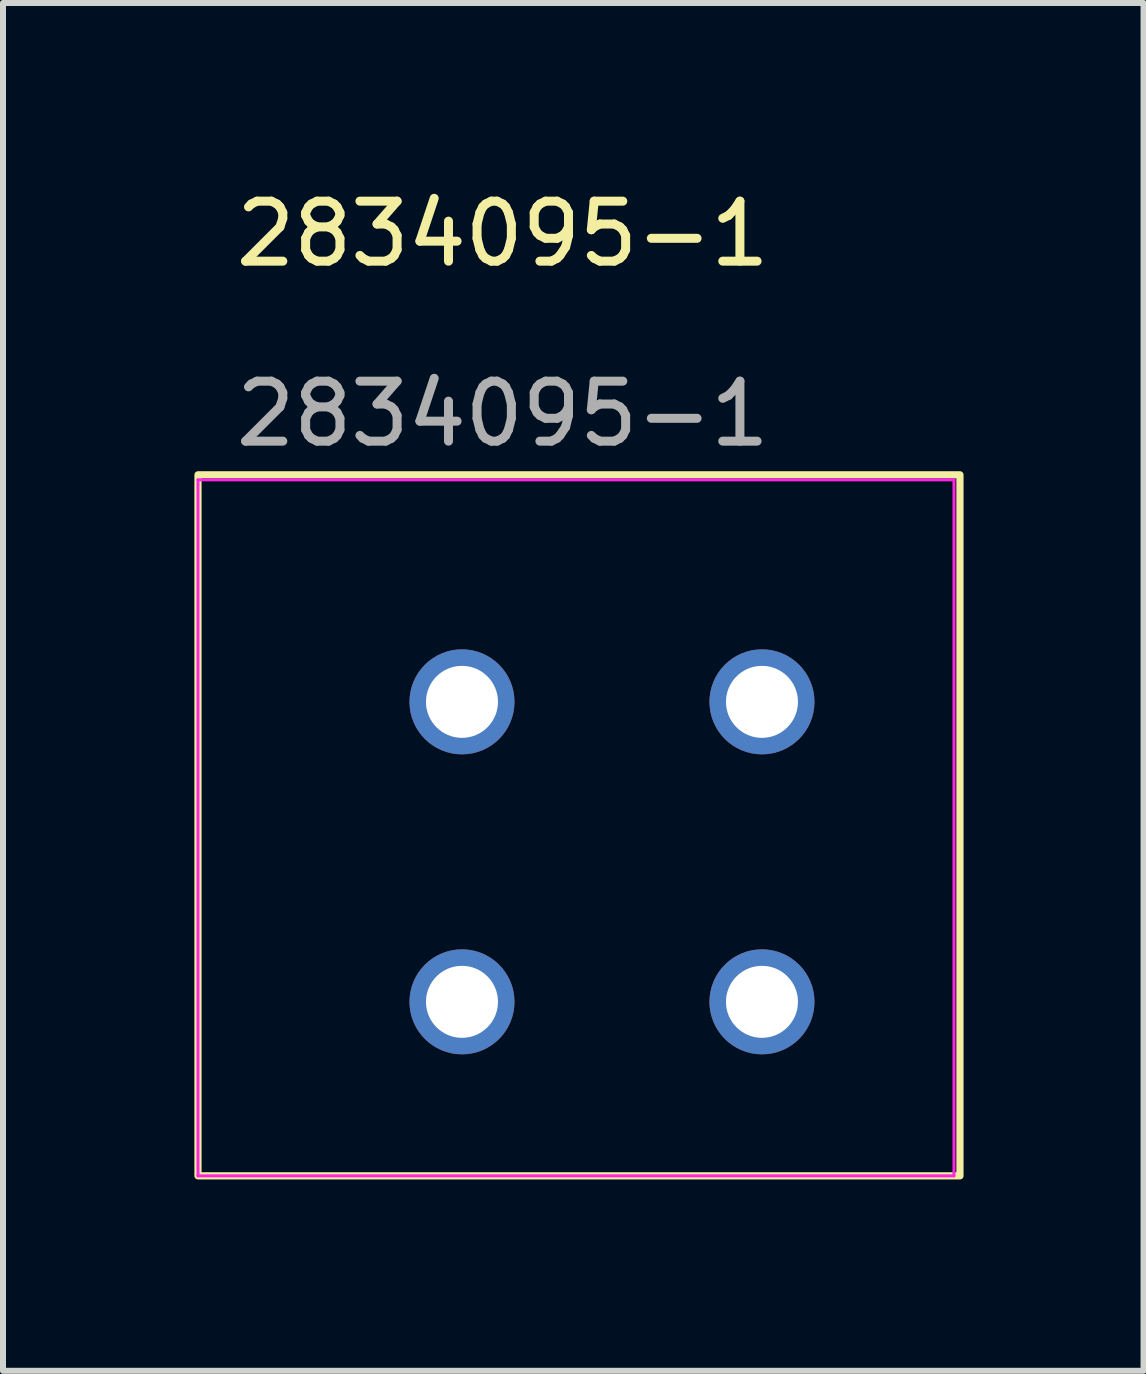
<source format=kicad_pcb>
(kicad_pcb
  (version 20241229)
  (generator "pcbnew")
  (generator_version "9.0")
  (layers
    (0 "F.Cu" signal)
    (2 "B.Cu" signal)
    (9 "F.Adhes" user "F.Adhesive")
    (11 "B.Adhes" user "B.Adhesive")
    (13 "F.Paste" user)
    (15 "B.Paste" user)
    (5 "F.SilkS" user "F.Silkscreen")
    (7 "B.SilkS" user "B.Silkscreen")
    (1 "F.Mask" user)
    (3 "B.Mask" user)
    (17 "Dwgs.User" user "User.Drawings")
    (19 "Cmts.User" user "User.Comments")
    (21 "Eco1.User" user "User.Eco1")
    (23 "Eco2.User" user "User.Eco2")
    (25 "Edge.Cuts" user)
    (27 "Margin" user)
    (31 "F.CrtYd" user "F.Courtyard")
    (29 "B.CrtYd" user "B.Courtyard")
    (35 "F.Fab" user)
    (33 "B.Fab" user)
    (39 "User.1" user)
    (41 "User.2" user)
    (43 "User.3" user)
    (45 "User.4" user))
  (footprint "2834095-1"
    (layer "F.Cu")
    (at 0.25 16.548)
    (property "Reference" "2834095-1" (at 5.08 -15.7 0) (unlocked yes) (layer "F.SilkS") (effects (font (size 1 1) (thickness 0.15))))
    (attr through_hole)
    (fp_rect (start 0 -11.684) (end 12.7 0) (stroke (width 0.12) (type default)) (fill no) (layer "F.SilkS"))
    (fp_line (start 0 -11.6) (end 12.6 -11.6) (stroke (width 0.05) (type default)) (layer "F.CrtYd"))
    (fp_line (start 0 0) (end 0 -11.6) (stroke (width 0.05) (type default)) (layer "F.CrtYd"))
    (fp_line (start 12.6 -11.6) (end 12.6 0) (stroke (width 0.05) (type default)) (layer "F.CrtYd"))
    (fp_line (start 12.6 0) (end 0 0) (stroke (width 0.05) (type default)) (layer "F.CrtYd"))
    (fp_text user "${REFERENCE}" (at 5.08 -12.7 0) (unlocked yes) (layer "F.Fab") (effects (font (size 1 1) (thickness 0.15))))
    (pad "1" thru_hole circle (at 4.4 -2.9) (size 1.75 1.75) (drill 1.2) (layers "*.Cu" "*.Mask"))
    (pad "1" thru_hole circle (at 9.4 -2.9) (size 1.75 1.75) (drill 1.2) (layers "*.Cu" "*.Mask"))
    (pad "2" thru_hole circle (at 4.4 -7.9) (size 1.75 1.75) (drill 1.2) (layers "*.Cu" "*.Mask"))
    (pad "2" thru_hole circle (at 9.4 -7.9) (size 1.75 1.75) (drill 1.2) (layers "*.Cu" "*.Mask")))
  (gr_rect
    (start -3 -3)
    (end 16.01 19.798)
    (stroke (width 0.1) (type default))
    (fill no)
    (layer "Edge.Cuts")))
</source>
